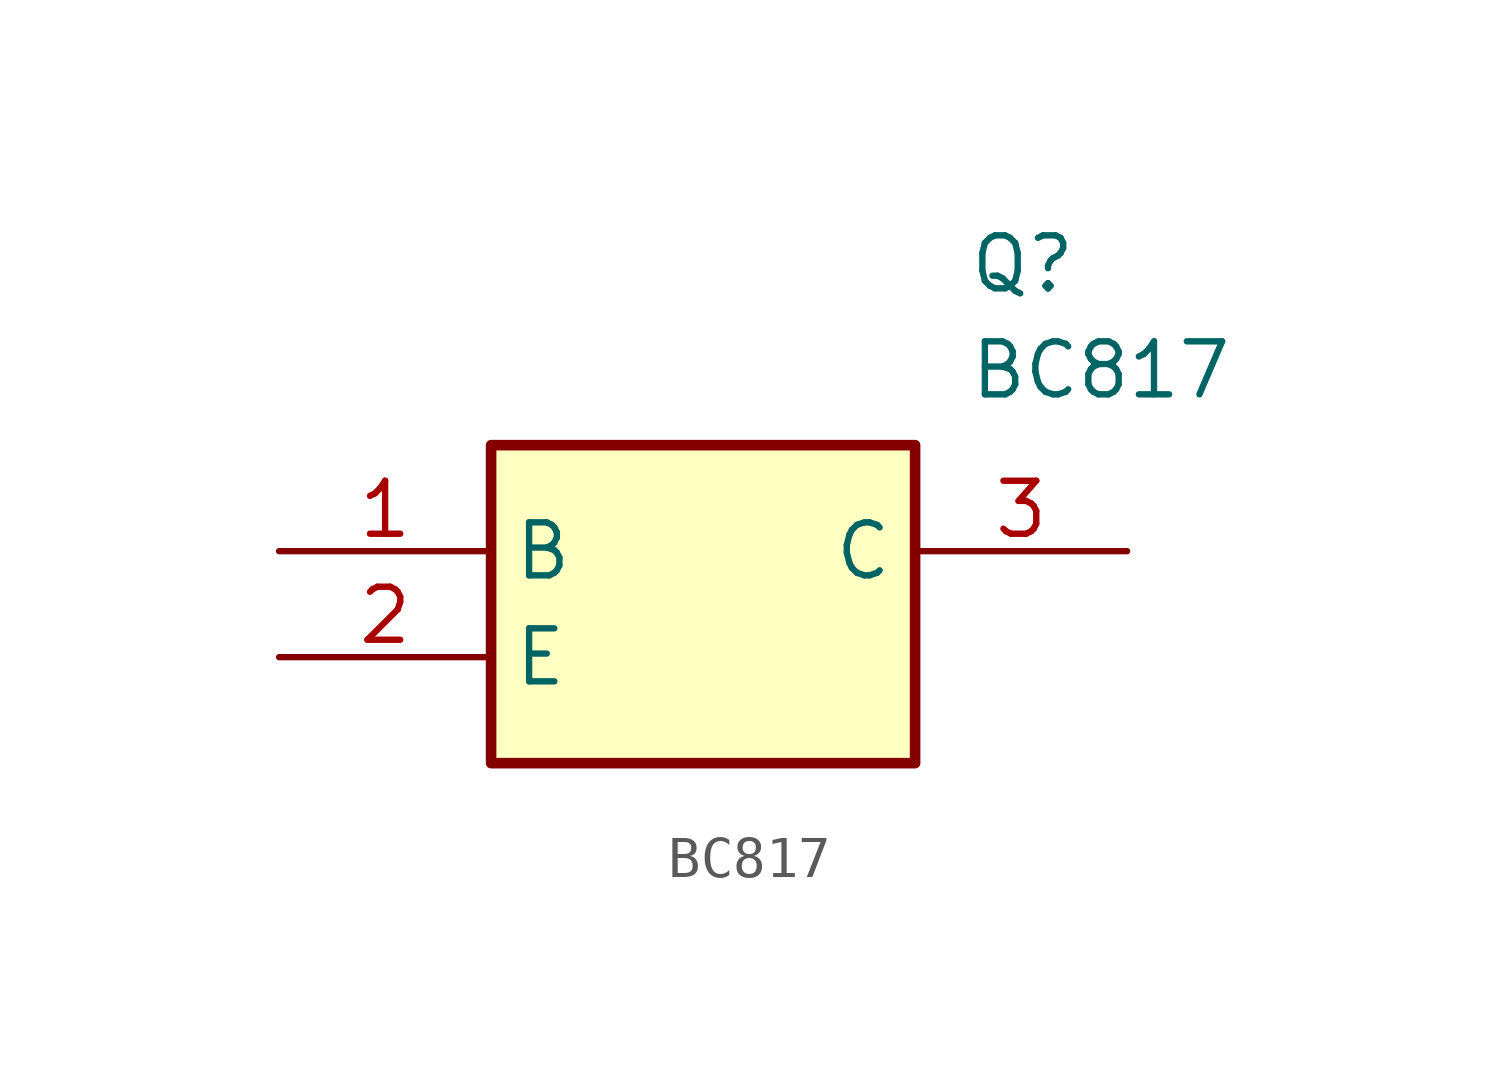
<source format=kicad_sym>
(kicad_symbol_lib
  (version 20211014)
  (generator SamacSys_ECAD_Model)
  (symbol "BC817"
    (property "Reference" "Q"
      (at 16.51 7.62 0)
      (effects (font (size 1.27 1.27)) (justify left top)))
    (property "Value" "BC817"
      (at 16.51 5.08 0)
      (effects (font (size 1.27 1.27)) (justify left top)))
    (rectangle
      (start 5.08 2.54)
      (end 15.24 -5.08)
      (stroke (width 0.254) (type default))
      (fill (type background)))
    (pin passive line
      (at 0 0 0)
      (length 5.08)
      (name "B" (effects (font (size 1.27 1.27))))
      (number "1" (effects (font (size 1.27 1.27)))))
    (pin passive line
      (at 0 -2.54 0)
      (length 5.08)
      (name "E" (effects (font (size 1.27 1.27))))
      (number "2" (effects (font (size 1.27 1.27)))))
    (pin passive line
      (at 20.32 0 180)
      (length 5.08)
      (name "C" (effects (font (size 1.27 1.27))))
      (number "3" (effects (font (size 1.27 1.27)))))))
</source>
